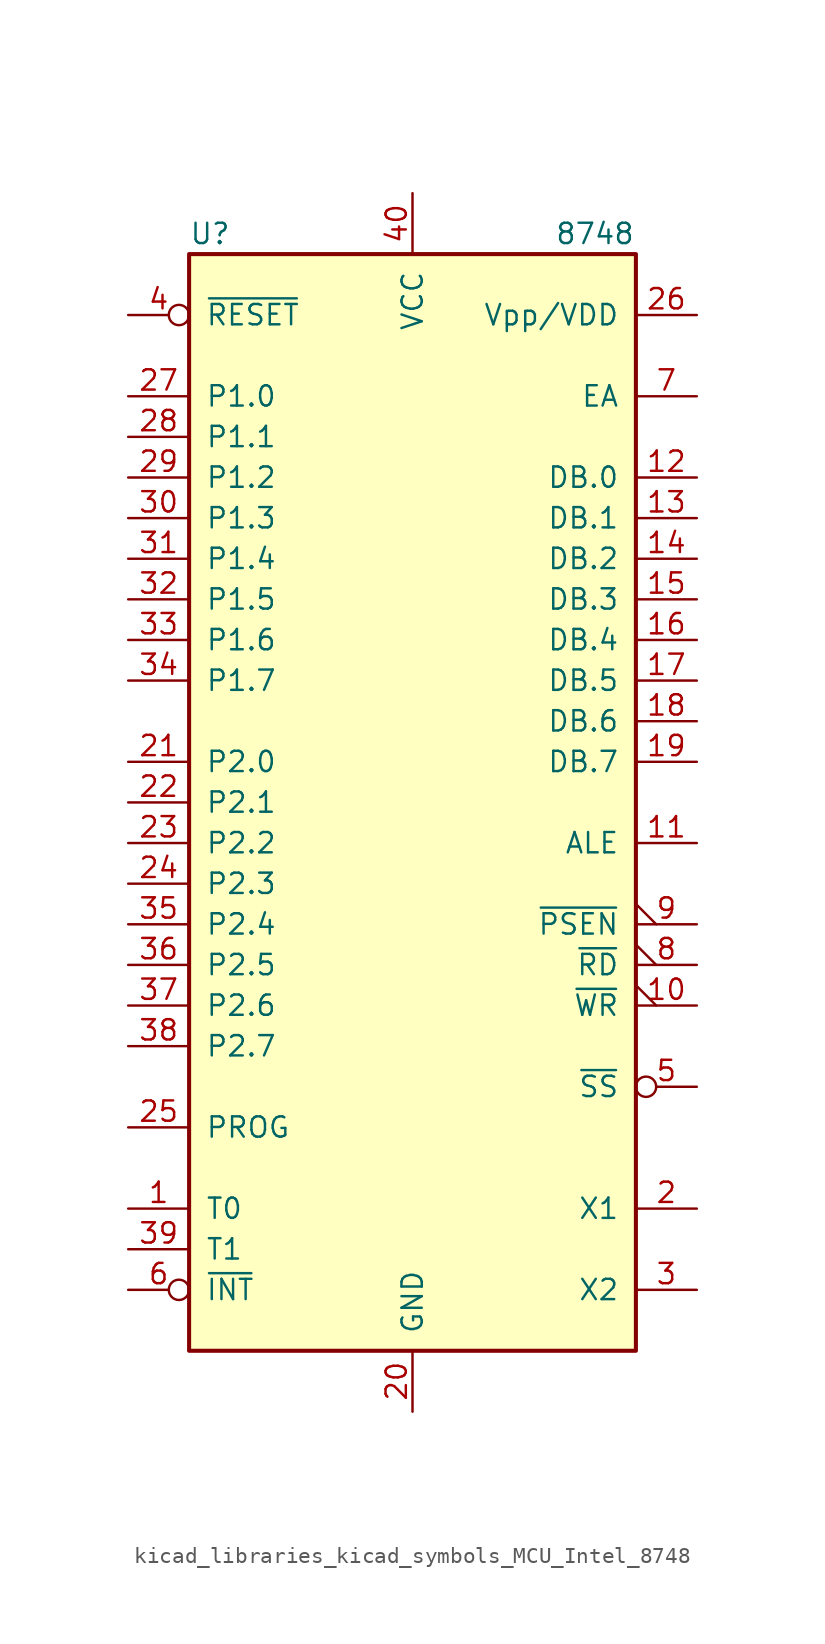
<source format=kicad_sym>
(kicad_symbol_lib
  (version 20220914)
  (generator kicad_symbol_editor)
  (symbol "kicad_libraries_kicad_symbols_MCU_Intel_8748"
    (pin_names
      (offset 1.016))
    (property "Reference" "U"
      (at -13.97 35.56 0)
      (effects (font (size 1.27 1.27)) (justify left)))
    (property "Value" "8748"
      (at 8.89 35.56 0)
      (effects (font (size 1.27 1.27)) (justify left)))
    (symbol "kicad_libraries_kicad_symbols_MCU_Intel_8748_1_1"
      (rectangle (start -13.97 -34.29) (end 13.97 34.29) (stroke (width 0.254) (type default)) (fill (type background)))
      (pin input line (at -17.78 -25.4 0) (length 3.81) (name "T0" (effects (font (size 1.27 1.27)))) (number "1" (effects (font (size 1.27 1.27)))))
      (pin output output_low (at 17.78 -12.7 180) (length 3.81) (name "~{WR}" (effects (font (size 1.27 1.27)))) (number "10" (effects (font (size 1.27 1.27)))))
      (pin output line (at 17.78 -2.54 180) (length 3.81) (name "ALE" (effects (font (size 1.27 1.27)))) (number "11" (effects (font (size 1.27 1.27)))))
      (pin bidirectional line (at 17.78 20.32 180) (length 3.81) (name "DB.0" (effects (font (size 1.27 1.27)))) (number "12" (effects (font (size 1.27 1.27)))))
      (pin bidirectional line (at 17.78 17.78 180) (length 3.81) (name "DB.1" (effects (font (size 1.27 1.27)))) (number "13" (effects (font (size 1.27 1.27)))))
      (pin bidirectional line (at 17.78 15.24 180) (length 3.81) (name "DB.2" (effects (font (size 1.27 1.27)))) (number "14" (effects (font (size 1.27 1.27)))))
      (pin bidirectional line (at 17.78 12.7 180) (length 3.81) (name "DB.3" (effects (font (size 1.27 1.27)))) (number "15" (effects (font (size 1.27 1.27)))))
      (pin bidirectional line (at 17.78 10.16 180) (length 3.81) (name "DB.4" (effects (font (size 1.27 1.27)))) (number "16" (effects (font (size 1.27 1.27)))))
      (pin bidirectional line (at 17.78 7.62 180) (length 3.81) (name "DB.5" (effects (font (size 1.27 1.27)))) (number "17" (effects (font (size 1.27 1.27)))))
      (pin bidirectional line (at 17.78 5.08 180) (length 3.81) (name "DB.6" (effects (font (size 1.27 1.27)))) (number "18" (effects (font (size 1.27 1.27)))))
      (pin bidirectional line (at 17.78 2.54 180) (length 3.81) (name "DB.7" (effects (font (size 1.27 1.27)))) (number "19" (effects (font (size 1.27 1.27)))))
      (pin input line (at 17.78 -25.4 180) (length 3.81) (name "X1" (effects (font (size 1.27 1.27)))) (number "2" (effects (font (size 1.27 1.27)))))
      (pin power_in line (at 0 -38.1 90) (length 3.81) (name "GND" (effects (font (size 1.27 1.27)))) (number "20" (effects (font (size 1.27 1.27)))))
      (pin bidirectional line (at -17.78 2.54 0) (length 3.81) (name "P2.0" (effects (font (size 1.27 1.27)))) (number "21" (effects (font (size 1.27 1.27)))))
      (pin bidirectional line (at -17.78 0 0) (length 3.81) (name "P2.1" (effects (font (size 1.27 1.27)))) (number "22" (effects (font (size 1.27 1.27)))))
      (pin bidirectional line (at -17.78 -2.54 0) (length 3.81) (name "P2.2" (effects (font (size 1.27 1.27)))) (number "23" (effects (font (size 1.27 1.27)))))
      (pin bidirectional line (at -17.78 -5.08 0) (length 3.81) (name "P2.3" (effects (font (size 1.27 1.27)))) (number "24" (effects (font (size 1.27 1.27)))))
      (pin output line (at -17.78 -20.32 0) (length 3.81) (name "PROG" (effects (font (size 1.27 1.27)))) (number "25" (effects (font (size 1.27 1.27)))))
      (pin power_in line (at 17.78 30.48 180) (length 3.81) (name "Vpp/VDD" (effects (font (size 1.27 1.27)))) (number "26" (effects (font (size 1.27 1.27)))))
      (pin bidirectional line (at -17.78 25.4 0) (length 3.81) (name "P1.0" (effects (font (size 1.27 1.27)))) (number "27" (effects (font (size 1.27 1.27)))))
      (pin bidirectional line (at -17.78 22.86 0) (length 3.81) (name "P1.1" (effects (font (size 1.27 1.27)))) (number "28" (effects (font (size 1.27 1.27)))))
      (pin bidirectional line (at -17.78 20.32 0) (length 3.81) (name "P1.2" (effects (font (size 1.27 1.27)))) (number "29" (effects (font (size 1.27 1.27)))))
      (pin output line (at 17.78 -30.48 180) (length 3.81) (name "X2" (effects (font (size 1.27 1.27)))) (number "3" (effects (font (size 1.27 1.27)))))
      (pin bidirectional line (at -17.78 17.78 0) (length 3.81) (name "P1.3" (effects (font (size 1.27 1.27)))) (number "30" (effects (font (size 1.27 1.27)))))
      (pin bidirectional line (at -17.78 15.24 0) (length 3.81) (name "P1.4" (effects (font (size 1.27 1.27)))) (number "31" (effects (font (size 1.27 1.27)))))
      (pin bidirectional line (at -17.78 12.7 0) (length 3.81) (name "P1.5" (effects (font (size 1.27 1.27)))) (number "32" (effects (font (size 1.27 1.27)))))
      (pin bidirectional line (at -17.78 10.16 0) (length 3.81) (name "P1.6" (effects (font (size 1.27 1.27)))) (number "33" (effects (font (size 1.27 1.27)))))
      (pin bidirectional line (at -17.78 7.62 0) (length 3.81) (name "P1.7" (effects (font (size 1.27 1.27)))) (number "34" (effects (font (size 1.27 1.27)))))
      (pin bidirectional line (at -17.78 -7.62 0) (length 3.81) (name "P2.4" (effects (font (size 1.27 1.27)))) (number "35" (effects (font (size 1.27 1.27)))))
      (pin bidirectional line (at -17.78 -10.16 0) (length 3.81) (name "P2.5" (effects (font (size 1.27 1.27)))) (number "36" (effects (font (size 1.27 1.27)))))
      (pin bidirectional line (at -17.78 -12.7 0) (length 3.81) (name "P2.6" (effects (font (size 1.27 1.27)))) (number "37" (effects (font (size 1.27 1.27)))))
      (pin bidirectional line (at -17.78 -15.24 0) (length 3.81) (name "P2.7" (effects (font (size 1.27 1.27)))) (number "38" (effects (font (size 1.27 1.27)))))
      (pin input line (at -17.78 -27.94 0) (length 3.81) (name "T1" (effects (font (size 1.27 1.27)))) (number "39" (effects (font (size 1.27 1.27)))))
      (pin input inverted (at -17.78 30.48 0) (length 3.81) (name "~{RESET}" (effects (font (size 1.27 1.27)))) (number "4" (effects (font (size 1.27 1.27)))))
      (pin power_in line (at 0 38.1 270) (length 3.81) (name "VCC" (effects (font (size 1.27 1.27)))) (number "40" (effects (font (size 1.27 1.27)))))
      (pin input inverted (at 17.78 -17.78 180) (length 3.81) (name "~{SS}" (effects (font (size 1.27 1.27)))) (number "5" (effects (font (size 1.27 1.27)))))
      (pin input inverted (at -17.78 -30.48 0) (length 3.81) (name "~{INT}" (effects (font (size 1.27 1.27)))) (number "6" (effects (font (size 1.27 1.27)))))
      (pin input line (at 17.78 25.4 180) (length 3.81) (name "EA" (effects (font (size 1.27 1.27)))) (number "7" (effects (font (size 1.27 1.27)))))
      (pin output output_low (at 17.78 -10.16 180) (length 3.81) (name "~{RD}" (effects (font (size 1.27 1.27)))) (number "8" (effects (font (size 1.27 1.27)))))
      (pin output output_low (at 17.78 -7.62 180) (length 3.81) (name "~{PSEN}" (effects (font (size 1.27 1.27)))) (number "9" (effects (font (size 1.27 1.27))))))))
</source>
